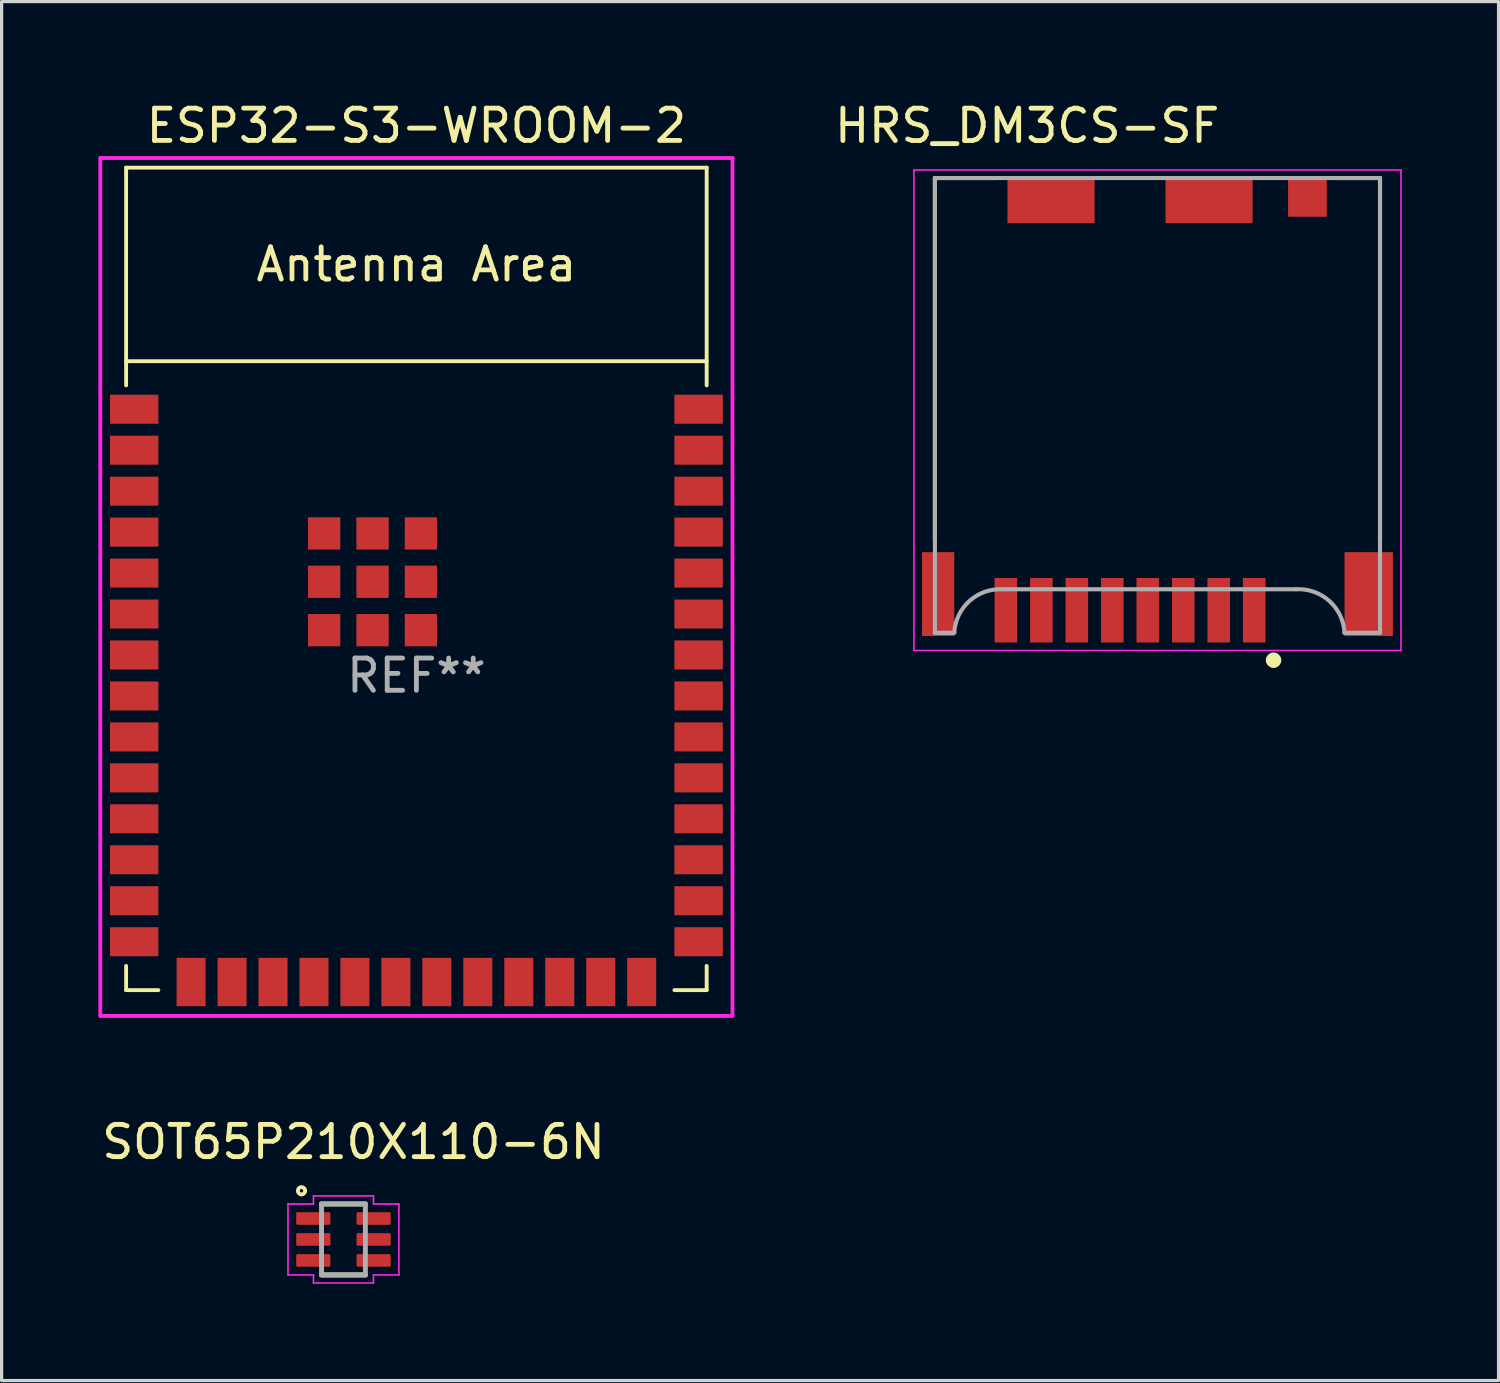
<source format=kicad_pcb>
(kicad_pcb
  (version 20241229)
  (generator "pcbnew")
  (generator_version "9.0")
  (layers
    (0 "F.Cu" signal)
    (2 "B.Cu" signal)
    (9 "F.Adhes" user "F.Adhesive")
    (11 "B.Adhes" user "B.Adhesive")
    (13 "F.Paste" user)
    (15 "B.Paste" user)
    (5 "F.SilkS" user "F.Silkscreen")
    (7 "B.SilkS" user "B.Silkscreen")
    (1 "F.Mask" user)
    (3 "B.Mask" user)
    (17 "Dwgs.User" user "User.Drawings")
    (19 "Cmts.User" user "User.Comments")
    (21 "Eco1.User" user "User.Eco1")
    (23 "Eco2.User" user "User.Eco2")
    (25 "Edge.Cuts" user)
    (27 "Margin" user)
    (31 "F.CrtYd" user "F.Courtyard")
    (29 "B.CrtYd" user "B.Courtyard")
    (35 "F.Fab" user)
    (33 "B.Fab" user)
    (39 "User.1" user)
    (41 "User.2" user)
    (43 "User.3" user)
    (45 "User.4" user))
  (footprint "HRS_DM3CS-SF"
    (layer "F.Cu")
    (at 32.637 9.52)
    (property "Reference" "HRS_DM3CS-SF" (at -3.84 -8.669 0) (layer "F.SilkS") (effects (font (size 1.004 1.004) (thickness 0.15))))
    (attr through_hole)
    (fp_line (start -6.7 -7.05) (end -4.826 -7.05) (stroke (width 0.127) (type solid)) (layer "F.SilkS"))
    (fp_line (start -6.7 4.2) (end -6.7 -7.05) (stroke (width 0.127) (type solid)) (layer "F.SilkS"))
    (fp_line (start 7.1 -7.05) (end 5.7 -7.05) (stroke (width 0.127) (type solid)) (layer "F.SilkS"))
    (fp_line (start 7.1 -7.05) (end 7.1 4.2) (stroke (width 0.127) (type solid)) (layer "F.SilkS"))
    (fp_circle (center 3.8 7.9) (end 3.92 7.9) (stroke (width 0.24) (type solid)) (fill no) (layer "F.SilkS"))
    (fp_line (start -7.35 -7.3) (end -7.35 7.6) (stroke (width 0.05) (type solid)) (layer "F.CrtYd"))
    (fp_line (start -7.35 7.6) (end 7.75 7.6) (stroke (width 0.05) (type solid)) (layer "F.CrtYd"))
    (fp_line (start 7.75 -7.3) (end -7.35 -7.3) (stroke (width 0.05) (type solid)) (layer "F.CrtYd"))
    (fp_line (start 7.75 7.6) (end 7.75 -7.3) (stroke (width 0.05) (type solid)) (layer "F.CrtYd"))
    (fp_line (start -6.7 -7.05) (end 7.1 -7.05) (stroke (width 0.127) (type solid)) (layer "F.Fab"))
    (fp_line (start -6.7 7.05) (end -6.7 -7.05) (stroke (width 0.127) (type solid)) (layer "F.Fab"))
    (fp_line (start -6.1 7.05) (end -6.7 7.05) (stroke (width 0.127) (type solid)) (layer "F.Fab"))
    (fp_line (start 4.5 5.7) (end -4.6 5.7) (stroke (width 0.127) (type solid)) (layer "F.Fab"))
    (fp_line (start 7.1 -7.05) (end 7.1 7.05) (stroke (width 0.127) (type solid)) (layer "F.Fab"))
    (fp_line (start 7.1 7.05) (end 6 7.05) (stroke (width 0.127) (type solid)) (layer "F.Fab"))
    (fp_arc (start -6.1 7.05) (mid -5.629594 6.06434) (end -4.6 5.7) (stroke (width 0.127) (type solid)) (layer "F.Fab"))
    (fp_arc (start 4.5 5.7) (mid 5.529594 6.06434) (end 6 7.05) (stroke (width 0.127) (type solid)) (layer "F.Fab"))
    (pad "1" smd rect (at 3.2 6.35) (size 0.7 2) (layers "F.Cu" "F.Mask" "F.Paste"))
    (pad "2" smd rect (at 2.1 6.35) (size 0.7 2) (layers "F.Cu" "F.Mask" "F.Paste"))
    (pad "3" smd rect (at 1 6.35) (size 0.7 2) (layers "F.Cu" "F.Mask" "F.Paste"))
    (pad "4" smd rect (at -0.1 6.35) (size 0.7 2) (layers "F.Cu" "F.Mask" "F.Paste"))
    (pad "5" smd rect (at -1.2 6.35) (size 0.7 2) (layers "F.Cu" "F.Mask" "F.Paste"))
    (pad "6" smd rect (at -2.3 6.35) (size 0.7 2) (layers "F.Cu" "F.Mask" "F.Paste"))
    (pad "7" smd rect (at -3.4 6.35) (size 0.7 2) (layers "F.Cu" "F.Mask" "F.Paste"))
    (pad "8" smd rect (at -4.5 6.35) (size 0.7 2) (layers "F.Cu" "F.Mask" "F.Paste"))
    (pad "9" smd rect (at 1.8 -6.35) (size 2.7 1.4) (layers "F.Cu" "F.Mask" "F.Paste"))
    (pad "S1" smd rect (at -6.6 5.85) (size 1 2.6) (layers "F.Cu" "F.Mask" "F.Paste"))
    (pad "S2" smd rect (at 6.75 5.85) (size 1.5 2.6) (layers "F.Cu" "F.Mask" "F.Paste"))
    (pad "S3" smd rect (at -3.1 -6.35) (size 2.7 1.4) (layers "F.Cu" "F.Mask" "F.Paste"))
    (pad "S5" smd rect (at 4.85 -6.45) (size 1.2 1.2) (layers "F.Cu" "F.Mask" "F.Paste"))
    (zone (net_name "") (layer "F.Cu") (hatch full 0.508) (connect_pads) (min_thickness 0.01) (filled_areas_thickness no) (keepout (tracks not_allowed) (vias not_allowed) (pads not_allowed) (copperpour not_allowed) (footprints allowed)) (placement (enabled no)) (fill) (polygon (pts (xy 25.725 10.27) (xy 26.337 10.27) (xy 26.337 14.078) (xy 25.725 14.078))))
    (zone (net_name "") (layer "F.Cu") (hatch full 0.508) (connect_pads) (min_thickness 0.01) (filled_areas_thickness no) (keepout (tracks not_allowed) (vias not_allowed) (pads not_allowed) (copperpour not_allowed) (footprints allowed)) (placement (enabled no)) (fill) (polygon (pts (xy 27.584 5.37) (xy 36.387 5.37) (xy 36.387 7.869) (xy 27.584 7.869))))
    (zone (net_name "") (layer "F.Cu") (hatch full 0.508) (connect_pads) (min_thickness 0.01) (filled_areas_thickness no) (keepout (tracks not_allowed) (vias not_allowed) (pads not_allowed) (copperpour not_allowed) (footprints allowed)) (placement (enabled no)) (fill) (polygon (pts (xy 39.347 10.27) (xy 39.937 10.27) (xy 39.937 14.077) (xy 39.347 14.077))))
    (zone (net_name "") (layers "F.Cu" "B.Cu") (hatch full 0.508) (connect_pads) (min_thickness 0.01) (filled_areas_thickness no) (keepout (tracks allowed) (vias not_allowed) (pads allowed) (copperpour allowed) (footprints allowed)) (placement (enabled no)) (fill) (polygon (pts (xy 25.725 10.27) (xy 26.337 10.27) (xy 26.337 14.078) (xy 25.725 14.078))))
    (zone (net_name "") (layers "F.Cu" "B.Cu") (hatch full 0.508) (connect_pads) (min_thickness 0.01) (filled_areas_thickness no) (keepout (tracks allowed) (vias not_allowed) (pads allowed) (copperpour allowed) (footprints allowed)) (placement (enabled no)) (fill) (polygon (pts (xy 27.586 5.37) (xy 36.387 5.37) (xy 36.387 7.87) (xy 27.586 7.87))))
    (zone (net_name "") (layers "F.Cu" "B.Cu") (hatch full 0.508) (connect_pads) (min_thickness 0.01) (filled_areas_thickness no) (keepout (tracks allowed) (vias not_allowed) (pads allowed) (copperpour allowed) (footprints allowed)) (placement (enabled no)) (fill) (polygon (pts (xy 39.349 10.27) (xy 39.937 10.27) (xy 39.937 14.078) (xy 39.349 14.078)))))
  (footprint "ESP32-S3-WROOM-2"
    (layer "F.Cu")
    (at 9.86 17.898)
    (property "Reference" "ESP32-S3-WROOM-2" (at 0 -17.05 0) (layer "F.SilkS") (effects (font (size 1 1) (thickness 0.15))))
    (attr smd)
    (fp_line (start -9 -15.75) (end -9 -9) (stroke (width 0.12) (type solid)) (layer "F.SilkS"))
    (fp_line (start -9 -15.75) (end 9 -15.75) (stroke (width 0.12) (type solid)) (layer "F.SilkS"))
    (fp_line (start -9 9) (end -9 9.75) (stroke (width 0.12) (type solid)) (layer "F.SilkS"))
    (fp_line (start -9 9.75) (end -8 9.75) (stroke (width 0.12) (type solid)) (layer "F.SilkS"))
    (fp_line (start 9 -15.75) (end 9 -9) (stroke (width 0.12) (type solid)) (layer "F.SilkS"))
    (fp_line (start 9 -9.75) (end -9 -9.75) (stroke (width 0.12) (type solid)) (layer "F.SilkS"))
    (fp_line (start 9 9) (end 9 9.75) (stroke (width 0.12) (type solid)) (layer "F.SilkS"))
    (fp_line (start 9 9.75) (end 8 9.75) (stroke (width 0.12) (type solid)) (layer "F.SilkS"))
    (fp_line (start -9 -15.75) (end 9 -15.75) (stroke (width 0.12) (type solid)) (layer "Eco2.User"))
    (fp_line (start -9 -9.75) (end 9 -9.75) (stroke (width 0.12) (type solid)) (layer "Eco2.User"))
    (fp_line (start -9 9.75) (end -9 -15.75) (stroke (width 0.12) (type solid)) (layer "Eco2.User"))
    (fp_line (start 9 -15.75) (end 9 9.75) (stroke (width 0.12) (type solid)) (layer "Eco2.User"))
    (fp_line (start 9 9.75) (end -9 9.75) (stroke (width 0.12) (type solid)) (layer "Eco2.User"))
    (fp_line (start -9.8 -16.05) (end -9.8 10.55) (stroke (width 0.12) (type solid)) (layer "F.CrtYd"))
    (fp_line (start -9.8 10.55) (end 9.8 10.55) (stroke (width 0.12) (type solid)) (layer "F.CrtYd"))
    (fp_line (start 9.8 -16.05) (end -9.8 -16.05) (stroke (width 0.12) (type solid)) (layer "F.CrtYd"))
    (fp_line (start 9.8 -16.05) (end 9.8 10.55) (stroke (width 0.12) (type solid)) (layer "F.CrtYd"))
    (fp_text user "Antenna Area" (at 0 -12.75 0) (layer "F.SilkS") (effects (font (size 1 1) (thickness 0.15))))
    (fp_text user "Antenna Area" (at 0 -12.75 0) (layer "Eco2.User") (effects (font (size 1 1) (thickness 0.15))))
    (fp_text user "REF**" (at 0 0 0) (layer "F.Fab") (effects (font (size 1 1) (thickness 0.15))))
    (pad "1" smd rect (at -8.75 -8.26) (size 1.5 0.9) (layers "F.Cu" "F.Mask" "F.Paste"))
    (pad "2" smd rect (at -8.75 -6.99) (size 1.5 0.9) (layers "F.Cu" "F.Mask" "F.Paste"))
    (pad "3" smd rect (at -8.75 -5.72) (size 1.5 0.9) (layers "F.Cu" "F.Mask" "F.Paste"))
    (pad "4" smd rect (at -8.75 -4.45) (size 1.5 0.9) (layers "F.Cu" "F.Mask" "F.Paste"))
    (pad "5" smd rect (at -8.75 -3.18) (size 1.5 0.9) (layers "F.Cu" "F.Mask" "F.Paste"))
    (pad "6" smd rect (at -8.75 -1.91) (size 1.5 0.9) (layers "F.Cu" "F.Mask" "F.Paste"))
    (pad "7" smd rect (at -8.75 -0.64) (size 1.5 0.9) (layers "F.Cu" "F.Mask" "F.Paste"))
    (pad "8" smd rect (at -8.75 0.63) (size 1.5 0.9) (layers "F.Cu" "F.Mask" "F.Paste"))
    (pad "9" smd rect (at -8.75 1.9) (size 1.5 0.9) (layers "F.Cu" "F.Mask" "F.Paste"))
    (pad "10" smd rect (at -8.75 3.17) (size 1.5 0.9) (layers "F.Cu" "F.Mask" "F.Paste"))
    (pad "11" smd rect (at -8.75 4.44) (size 1.5 0.9) (layers "F.Cu" "F.Mask" "F.Paste"))
    (pad "12" smd rect (at -8.75 5.71) (size 1.5 0.9) (layers "F.Cu" "F.Mask" "F.Paste"))
    (pad "13" smd rect (at -8.75 6.98) (size 1.5 0.9) (layers "F.Cu" "F.Mask" "F.Paste"))
    (pad "14" smd rect (at -8.75 8.25) (size 1.5 0.9) (layers "F.Cu" "F.Mask" "F.Paste"))
    (pad "15" smd rect (at -6.985 9.5 90) (size 1.5 0.9) (layers "F.Cu" "F.Mask" "F.Paste"))
    (pad "16" smd rect (at -5.715 9.5 90) (size 1.5 0.9) (layers "F.Cu" "F.Mask" "F.Paste"))
    (pad "17" smd rect (at -4.445 9.5 90) (size 1.5 0.9) (layers "F.Cu" "F.Mask" "F.Paste"))
    (pad "18" smd rect (at -3.175 9.5 90) (size 1.5 0.9) (layers "F.Cu" "F.Mask" "F.Paste"))
    (pad "19" smd rect (at -1.905 9.5 90) (size 1.5 0.9) (layers "F.Cu" "F.Mask" "F.Paste"))
    (pad "20" smd rect (at -0.635 9.5 90) (size 1.5 0.9) (layers "F.Cu" "F.Mask" "F.Paste"))
    (pad "21" smd rect (at 0.635 9.5 90) (size 1.5 0.9) (layers "F.Cu" "F.Mask" "F.Paste"))
    (pad "22" smd rect (at 1.905 9.5 90) (size 1.5 0.9) (layers "F.Cu" "F.Mask" "F.Paste"))
    (pad "23" smd rect (at 3.175 9.5 90) (size 1.5 0.9) (layers "F.Cu" "F.Mask" "F.Paste"))
    (pad "24" smd rect (at 4.445 9.5 90) (size 1.5 0.9) (layers "F.Cu" "F.Mask" "F.Paste"))
    (pad "25" smd rect (at 5.715 9.5 90) (size 1.5 0.9) (layers "F.Cu" "F.Mask" "F.Paste"))
    (pad "26" smd rect (at 6.985 9.5 90) (size 1.5 0.9) (layers "F.Cu" "F.Mask" "F.Paste"))
    (pad "27" smd rect (at 8.75 8.25 180) (size 1.5 0.9) (layers "F.Cu" "F.Mask" "F.Paste"))
    (pad "28" smd rect (at 8.75 6.98 180) (size 1.5 0.9) (layers "F.Cu" "F.Mask" "F.Paste"))
    (pad "29" smd rect (at 8.75 5.71 180) (size 1.5 0.9) (layers "F.Cu" "F.Mask" "F.Paste"))
    (pad "30" smd rect (at 8.75 4.44 180) (size 1.5 0.9) (layers "F.Cu" "F.Mask" "F.Paste"))
    (pad "31" smd rect (at 8.75 3.17 180) (size 1.5 0.9) (layers "F.Cu" "F.Mask" "F.Paste"))
    (pad "32" smd rect (at 8.75 1.9 180) (size 1.5 0.9) (layers "F.Cu" "F.Mask" "F.Paste"))
    (pad "33" smd rect (at 8.75 0.63 180) (size 1.5 0.9) (layers "F.Cu" "F.Mask" "F.Paste"))
    (pad "34" smd rect (at 8.75 -0.64 180) (size 1.5 0.9) (layers "F.Cu" "F.Mask" "F.Paste"))
    (pad "35" smd rect (at 8.75 -1.91 180) (size 1.5 0.9) (layers "F.Cu" "F.Mask" "F.Paste"))
    (pad "36" smd rect (at 8.75 -3.18 180) (size 1.5 0.9) (layers "F.Cu" "F.Mask" "F.Paste"))
    (pad "37" smd rect (at 8.75 -4.45 180) (size 1.5 0.9) (layers "F.Cu" "F.Mask" "F.Paste"))
    (pad "38" smd rect (at 8.75 -5.72 180) (size 1.5 0.9) (layers "F.Cu" "F.Mask" "F.Paste"))
    (pad "39" smd rect (at 8.75 -6.99 180) (size 1.5 0.9) (layers "F.Cu" "F.Mask" "F.Paste"))
    (pad "40" smd rect (at 8.75 -8.26 180) (size 1.5 0.9) (layers "F.Cu" "F.Mask" "F.Paste"))
    (pad "41" smd rect (at -2.86 -4.41 180) (size 1 1) (layers "F.Cu" "F.Mask" "F.Paste"))
    (pad "41" smd rect (at -2.86 -2.91 180) (size 1 1) (layers "F.Cu" "F.Mask" "F.Paste"))
    (pad "41" smd rect (at -2.86 -1.41 180) (size 1 1) (layers "F.Cu" "F.Mask" "F.Paste"))
    (pad "41" smd rect (at -1.36 -4.41 180) (size 1 1) (layers "F.Cu" "F.Mask" "F.Paste"))
    (pad "41" smd rect (at -1.36 -2.91 180) (size 1 1) (layers "F.Cu" "F.Mask" "F.Paste"))
    (pad "41" smd rect (at -1.36 -1.41 180) (size 1 1) (layers "F.Cu" "F.Mask" "F.Paste"))
    (pad "41" smd rect (at 0.14 -4.41 180) (size 1 1) (layers "F.Cu" "F.Mask" "F.Paste"))
    (pad "41" smd rect (at 0.14 -2.91 180) (size 1 1) (layers "F.Cu" "F.Mask" "F.Paste"))
    (pad "41" smd rect (at 0.14 -1.41 180) (size 1 1) (layers "F.Cu" "F.Mask" "F.Paste")))
  (footprint "SOT65P210X110-6N"
    (layer "F.Cu")
    (at 7.599 35.379)
    (property "Reference" "SOT65P210X110-6N" (at 0.312 -3.023 0) (layer "F.SilkS") (effects (font (size 1 1) (thickness 0.15))))
    (attr through_hole)
    (fp_line (start -0.68 1.1) (end 0.68 1.1) (stroke (width 0.152) (type solid)) (layer "F.SilkS"))
    (fp_line (start 0.68 -1.1) (end -0.68 -1.1) (stroke (width 0.152) (type solid)) (layer "F.SilkS"))
    (fp_circle (center -1.301 -1.509) (end -1.261 -1.403) (stroke (width 0.12) (type solid)) (fill no) (layer "F.SilkS"))
    (fp_line (start -1.72 -1.1) (end -0.93 -1.1) (stroke (width 0.05) (type solid)) (layer "F.CrtYd"))
    (fp_line (start -1.72 1.1) (end -1.72 -1.1) (stroke (width 0.05) (type solid)) (layer "F.CrtYd"))
    (fp_line (start -0.93 -1.35) (end 0.93 -1.35) (stroke (width 0.05) (type solid)) (layer "F.CrtYd"))
    (fp_line (start -0.93 -1.1) (end -0.93 -1.35) (stroke (width 0.05) (type solid)) (layer "F.CrtYd"))
    (fp_line (start -0.93 1.1) (end -1.72 1.1) (stroke (width 0.05) (type solid)) (layer "F.CrtYd"))
    (fp_line (start -0.93 1.35) (end -0.93 1.1) (stroke (width 0.05) (type solid)) (layer "F.CrtYd"))
    (fp_line (start 0.93 -1.35) (end 0.93 -1.1) (stroke (width 0.05) (type solid)) (layer "F.CrtYd"))
    (fp_line (start 0.93 -1.1) (end 1.72 -1.1) (stroke (width 0.05) (type solid)) (layer "F.CrtYd"))
    (fp_line (start 0.93 1.1) (end 0.93 1.35) (stroke (width 0.05) (type solid)) (layer "F.CrtYd"))
    (fp_line (start 0.93 1.35) (end -0.93 1.35) (stroke (width 0.05) (type solid)) (layer "F.CrtYd"))
    (fp_line (start 1.72 -1.1) (end 1.72 1.1) (stroke (width 0.05) (type solid)) (layer "F.CrtYd"))
    (fp_line (start 1.72 1.1) (end 0.93 1.1) (stroke (width 0.05) (type solid)) (layer "F.CrtYd"))
    (fp_line (start -0.68 -1.1) (end -0.68 1.1) (stroke (width 0.152) (type solid)) (layer "F.Fab"))
    (fp_line (start -0.68 1.1) (end 0.68 1.1) (stroke (width 0.152) (type solid)) (layer "F.Fab"))
    (fp_line (start 0.68 -1.1) (end -0.68 -1.1) (stroke (width 0.152) (type solid)) (layer "F.Fab"))
    (fp_line (start 0.68 1.1) (end 0.68 -1.1) (stroke (width 0.152) (type solid)) (layer "F.Fab"))
    (pad "1" smd roundrect (at -0.935 -0.65) (size 1.06 0.39) (layers "F.Cu" "F.Mask" "F.Paste") (roundrect_rratio 0.1))
    (pad "2" smd roundrect (at -0.935 0) (size 1.06 0.39) (layers "F.Cu" "F.Mask" "F.Paste") (roundrect_rratio 0.1))
    (pad "3" smd roundrect (at -0.935 0.65) (size 1.06 0.39) (layers "F.Cu" "F.Mask" "F.Paste") (roundrect_rratio 0.1))
    (pad "4" smd roundrect (at 0.935 0.65) (size 1.06 0.39) (layers "F.Cu" "F.Mask" "F.Paste") (roundrect_rratio 0.1))
    (pad "5" smd roundrect (at 0.935 0) (size 1.06 0.39) (layers "F.Cu" "F.Mask" "F.Paste") (roundrect_rratio 0.1))
    (pad "6" smd roundrect (at 0.935 -0.65) (size 1.06 0.39) (layers "F.Cu" "F.Mask" "F.Paste") (roundrect_rratio 0.1)))
  (gr_rect
    (start -3 -3)
    (end 43.412 39.754)
    (stroke (width 0.1) (type default))
    (fill no)
    (layer "Edge.Cuts")))
</source>
